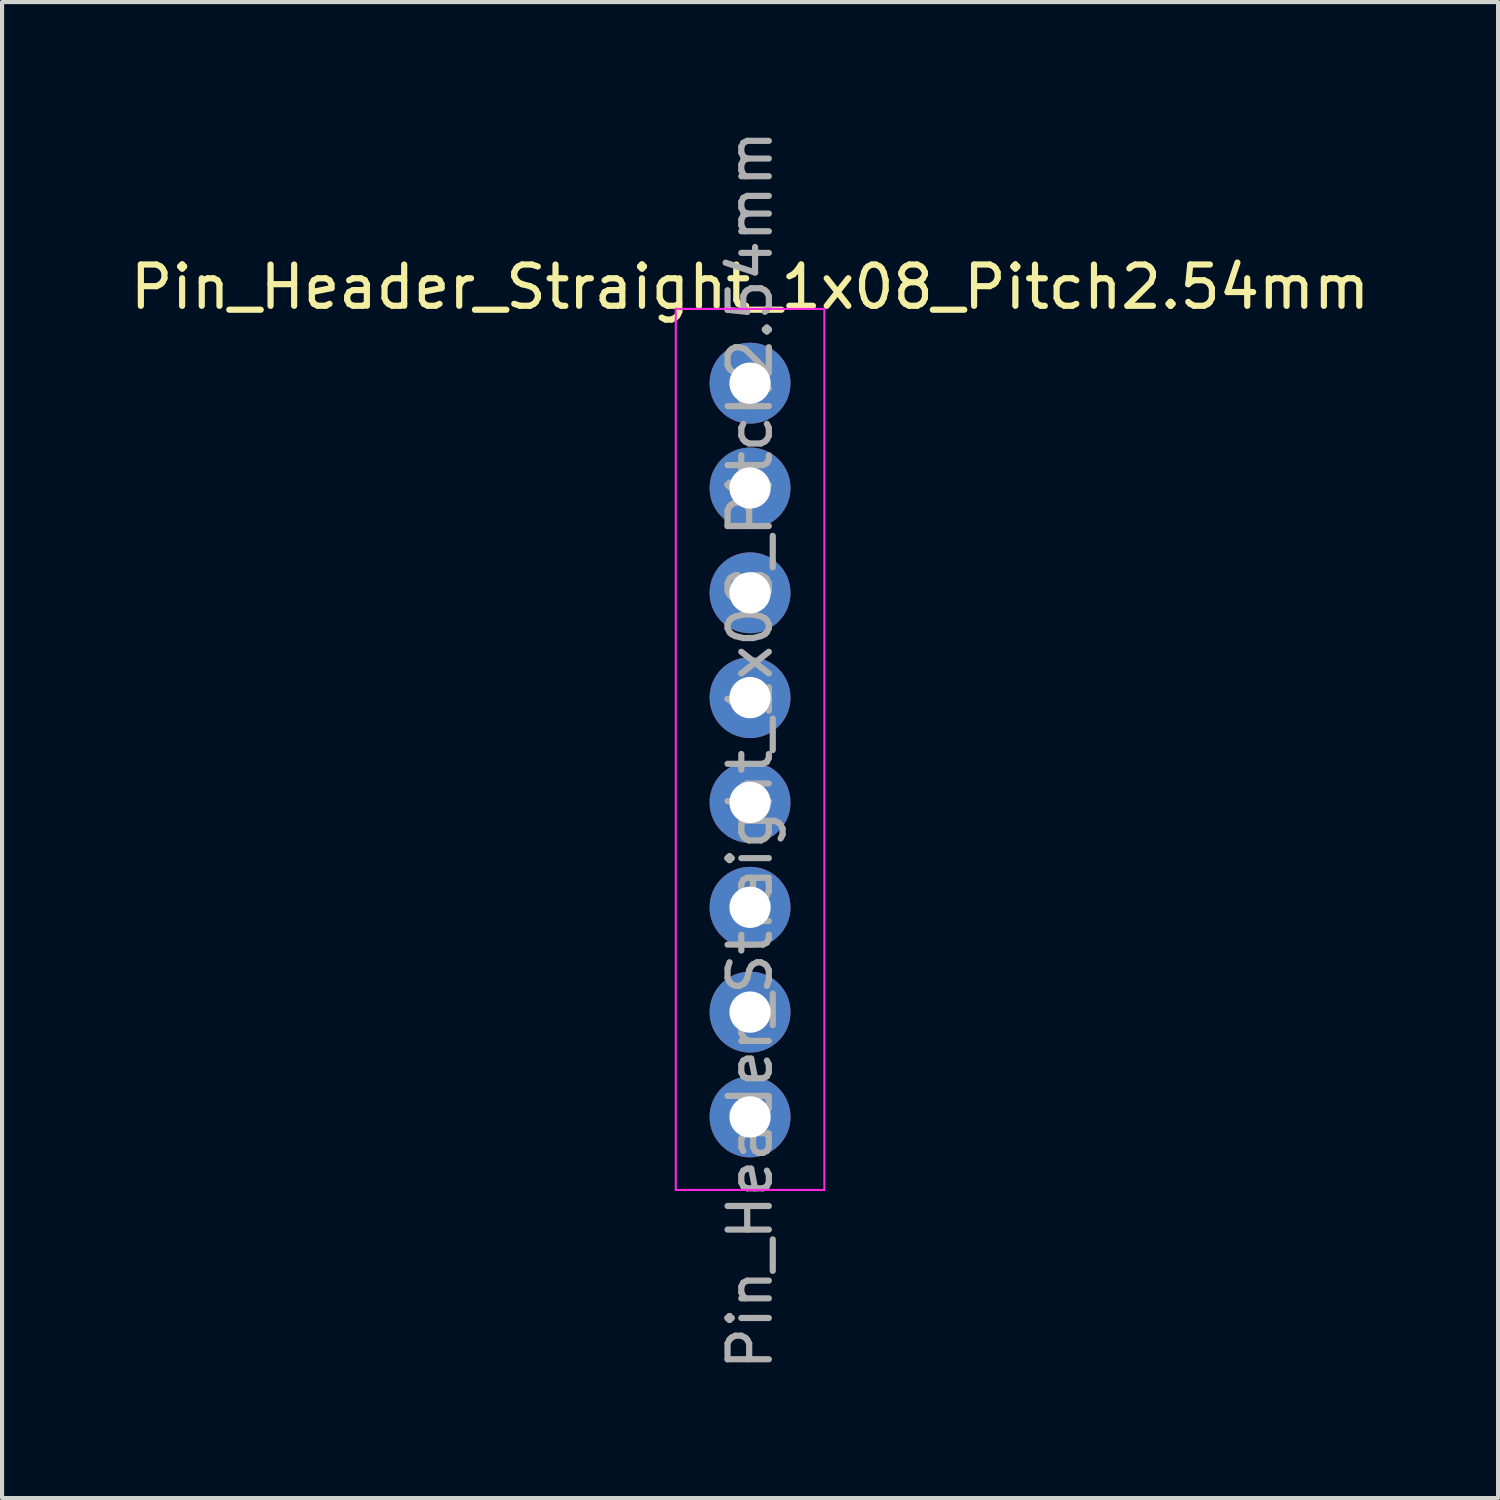
<source format=kicad_pcb>
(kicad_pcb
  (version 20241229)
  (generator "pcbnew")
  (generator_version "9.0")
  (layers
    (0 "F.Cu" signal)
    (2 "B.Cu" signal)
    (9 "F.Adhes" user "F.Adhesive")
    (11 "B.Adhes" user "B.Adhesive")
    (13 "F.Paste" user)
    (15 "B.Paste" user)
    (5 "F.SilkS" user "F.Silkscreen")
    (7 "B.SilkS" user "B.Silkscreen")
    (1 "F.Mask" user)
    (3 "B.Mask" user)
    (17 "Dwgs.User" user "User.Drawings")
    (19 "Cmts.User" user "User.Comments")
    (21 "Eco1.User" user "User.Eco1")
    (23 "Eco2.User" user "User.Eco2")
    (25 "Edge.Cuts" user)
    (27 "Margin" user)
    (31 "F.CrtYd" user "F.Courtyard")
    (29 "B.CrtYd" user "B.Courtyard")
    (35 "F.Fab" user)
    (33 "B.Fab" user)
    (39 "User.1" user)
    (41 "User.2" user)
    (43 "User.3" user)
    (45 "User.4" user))
  (footprint "Pin_Header_Straight_1x08_Pitch2.54mm"
    (layer "F.Cu")
    (at 15.125 6.235)
    (property "Reference" "Pin_Header_Straight_1x08_Pitch2.54mm" (at 0 -2.33 0) (layer "F.SilkS") (effects (font (size 1 1) (thickness 0.15))))
    (attr through_hole)
    (fp_line (start -1.8 -1.8) (end -1.8 19.55) (stroke (width 0.05) (type solid)) (layer "F.CrtYd"))
    (fp_line (start -1.8 19.55) (end 1.8 19.55) (stroke (width 0.05) (type solid)) (layer "F.CrtYd"))
    (fp_line (start 1.8 -1.8) (end -1.8 -1.8) (stroke (width 0.05) (type solid)) (layer "F.CrtYd"))
    (fp_line (start 1.8 19.55) (end 1.8 -1.8) (stroke (width 0.05) (type solid)) (layer "F.CrtYd"))
    (fp_text user "${REFERENCE}" (at 0 8.89 90) (layer "F.Fab") (effects (font (size 1 1) (thickness 0.15))))
    (pad "1" thru_hole circle (at 0 0) (size 1.96 1.96) (drill 1) (layers "*.Cu" "*.Mask"))
    (pad "2" thru_hole circle (at 0 2.54) (size 1.96 1.96) (drill 1) (layers "*.Cu" "*.Mask"))
    (pad "3" thru_hole circle (at 0 5.08) (size 1.96 1.96) (drill 1) (layers "*.Cu" "*.Mask"))
    (pad "4" thru_hole circle (at 0 7.62) (size 1.96 1.96) (drill 1) (layers "*.Cu" "*.Mask"))
    (pad "5" thru_hole circle (at 0 10.16) (size 1.96 1.96) (drill 1) (layers "*.Cu" "*.Mask"))
    (pad "6" thru_hole circle (at 0 12.7) (size 1.96 1.96) (drill 1) (layers "*.Cu" "*.Mask"))
    (pad "7" thru_hole circle (at 0 15.24) (size 1.96 1.96) (drill 1) (layers "*.Cu" "*.Mask"))
    (pad "8" thru_hole circle (at 0 17.78) (size 1.96 1.96) (drill 1) (layers "*.Cu" "*.Mask")))
  (gr_rect
    (start -3 -3)
    (end 33.25 33.25)
    (stroke (width 0.1) (type default))
    (fill no)
    (layer "Edge.Cuts")))
</source>
